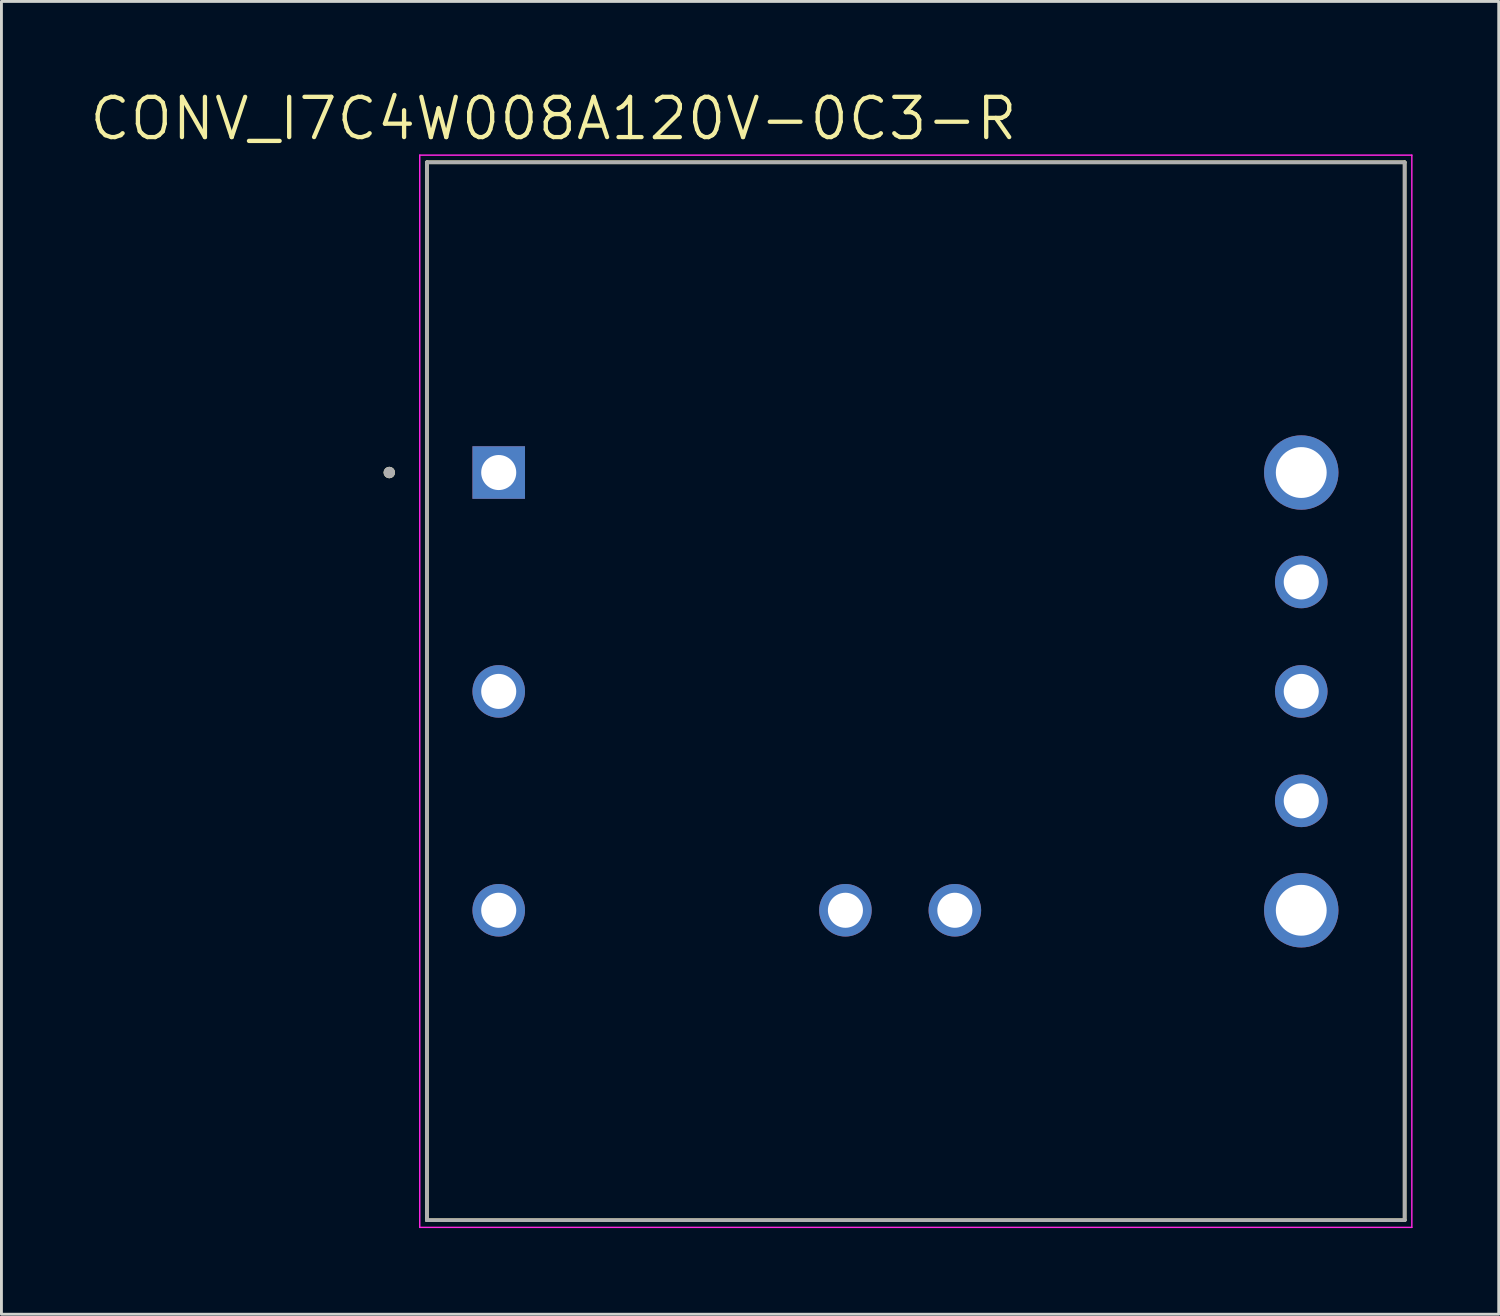
<source format=kicad_pcb>
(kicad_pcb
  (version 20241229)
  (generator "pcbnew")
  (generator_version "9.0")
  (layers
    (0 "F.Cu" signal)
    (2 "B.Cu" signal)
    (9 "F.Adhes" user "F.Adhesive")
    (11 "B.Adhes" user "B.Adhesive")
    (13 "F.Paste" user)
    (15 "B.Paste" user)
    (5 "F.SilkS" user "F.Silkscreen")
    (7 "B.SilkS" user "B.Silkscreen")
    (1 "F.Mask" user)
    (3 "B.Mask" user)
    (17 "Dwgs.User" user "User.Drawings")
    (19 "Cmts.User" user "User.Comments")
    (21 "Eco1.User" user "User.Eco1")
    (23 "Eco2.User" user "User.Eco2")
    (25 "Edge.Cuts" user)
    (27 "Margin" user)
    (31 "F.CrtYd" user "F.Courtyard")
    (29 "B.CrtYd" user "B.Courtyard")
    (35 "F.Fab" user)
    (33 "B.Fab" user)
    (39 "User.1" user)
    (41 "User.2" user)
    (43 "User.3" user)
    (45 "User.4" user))
  (footprint "CONV_I7C4W008A120V-0C3-R"
    (layer "F.Cu")
    (at 14.313 13.401)
    (property "Reference" "CONV_I7C4W008A120V-0C3-R" (at 1.905 -12.319 0) (layer "F.SilkS") (effects (font (size 1.4 1.4) (thickness 0.15))))
    (attr through_hole)
    (fp_line (start -2.5 -10.8) (end -2.5 26.03) (stroke (width 0.127) (type solid)) (layer "F.SilkS"))
    (fp_line (start -2.5 26.03) (end 31.54 26.03) (stroke (width 0.127) (type solid)) (layer "F.SilkS"))
    (fp_line (start 31.54 -10.8) (end -2.5 -10.8) (stroke (width 0.127) (type solid)) (layer "F.SilkS"))
    (fp_line (start 31.54 26.03) (end 31.54 -10.8) (stroke (width 0.127) (type solid)) (layer "F.SilkS"))
    (fp_circle (center -3.81 0) (end -3.71 0) (stroke (width 0.2) (type solid)) (fill no) (layer "F.SilkS"))
    (fp_line (start -2.75 -11.05) (end 31.79 -11.05) (stroke (width 0.05) (type solid)) (layer "F.CrtYd"))
    (fp_line (start -2.75 26.28) (end -2.75 -11.05) (stroke (width 0.05) (type solid)) (layer "F.CrtYd"))
    (fp_line (start 31.79 -11.05) (end 31.79 26.28) (stroke (width 0.05) (type solid)) (layer "F.CrtYd"))
    (fp_line (start 31.79 26.28) (end -2.75 26.28) (stroke (width 0.05) (type solid)) (layer "F.CrtYd"))
    (fp_line (start -2.5 -10.8) (end -2.5 26.03) (stroke (width 0.127) (type solid)) (layer "F.Fab"))
    (fp_line (start -2.5 -10.8) (end 31.54 -10.8) (stroke (width 0.127) (type solid)) (layer "F.Fab"))
    (fp_line (start -2.5 26.03) (end 31.54 26.03) (stroke (width 0.127) (type solid)) (layer "F.Fab"))
    (fp_line (start 31.54 26.03) (end 31.54 -10.8) (stroke (width 0.127) (type solid)) (layer "F.Fab"))
    (fp_circle (center -3.81 0) (end -3.71 0) (stroke (width 0.2) (type solid)) (fill no) (layer "F.Fab"))
    (pad "1" thru_hole rect (at 0 0) (size 1.83 1.83) (drill 1.22) (layers "*.Cu" "*.Mask"))
    (pad "2" thru_hole circle (at 0 7.62) (size 1.83 1.83) (drill 1.22) (layers "*.Cu" "*.Mask"))
    (pad "3" thru_hole circle (at 0 15.24) (size 1.83 1.83) (drill 1.22) (layers "*.Cu" "*.Mask"))
    (pad "4" thru_hole circle (at 27.94 15.24) (size 2.59 2.59) (drill 1.77) (layers "*.Cu" "*.Mask"))
    (pad "5" thru_hole circle (at 27.94 11.43) (size 1.83 1.83) (drill 1.22) (layers "*.Cu" "*.Mask"))
    (pad "6" thru_hole circle (at 27.94 7.62) (size 1.83 1.83) (drill 1.22) (layers "*.Cu" "*.Mask"))
    (pad "7" thru_hole circle (at 27.94 3.81) (size 1.83 1.83) (drill 1.22) (layers "*.Cu" "*.Mask"))
    (pad "8" thru_hole circle (at 27.94 0) (size 2.59 2.59) (drill 1.77) (layers "*.Cu" "*.Mask"))
    (pad "32" thru_hole circle (at 12.07 15.24) (size 1.83 1.83) (drill 1.22) (layers "*.Cu" "*.Mask"))
    (pad "34" thru_hole circle (at 15.88 15.24) (size 1.83 1.83) (drill 1.22) (layers "*.Cu" "*.Mask")))
  (gr_rect
    (start -3 -3)
    (end 49.128 42.706)
    (stroke (width 0.1) (type default))
    (fill no)
    (layer "Edge.Cuts")))
</source>
